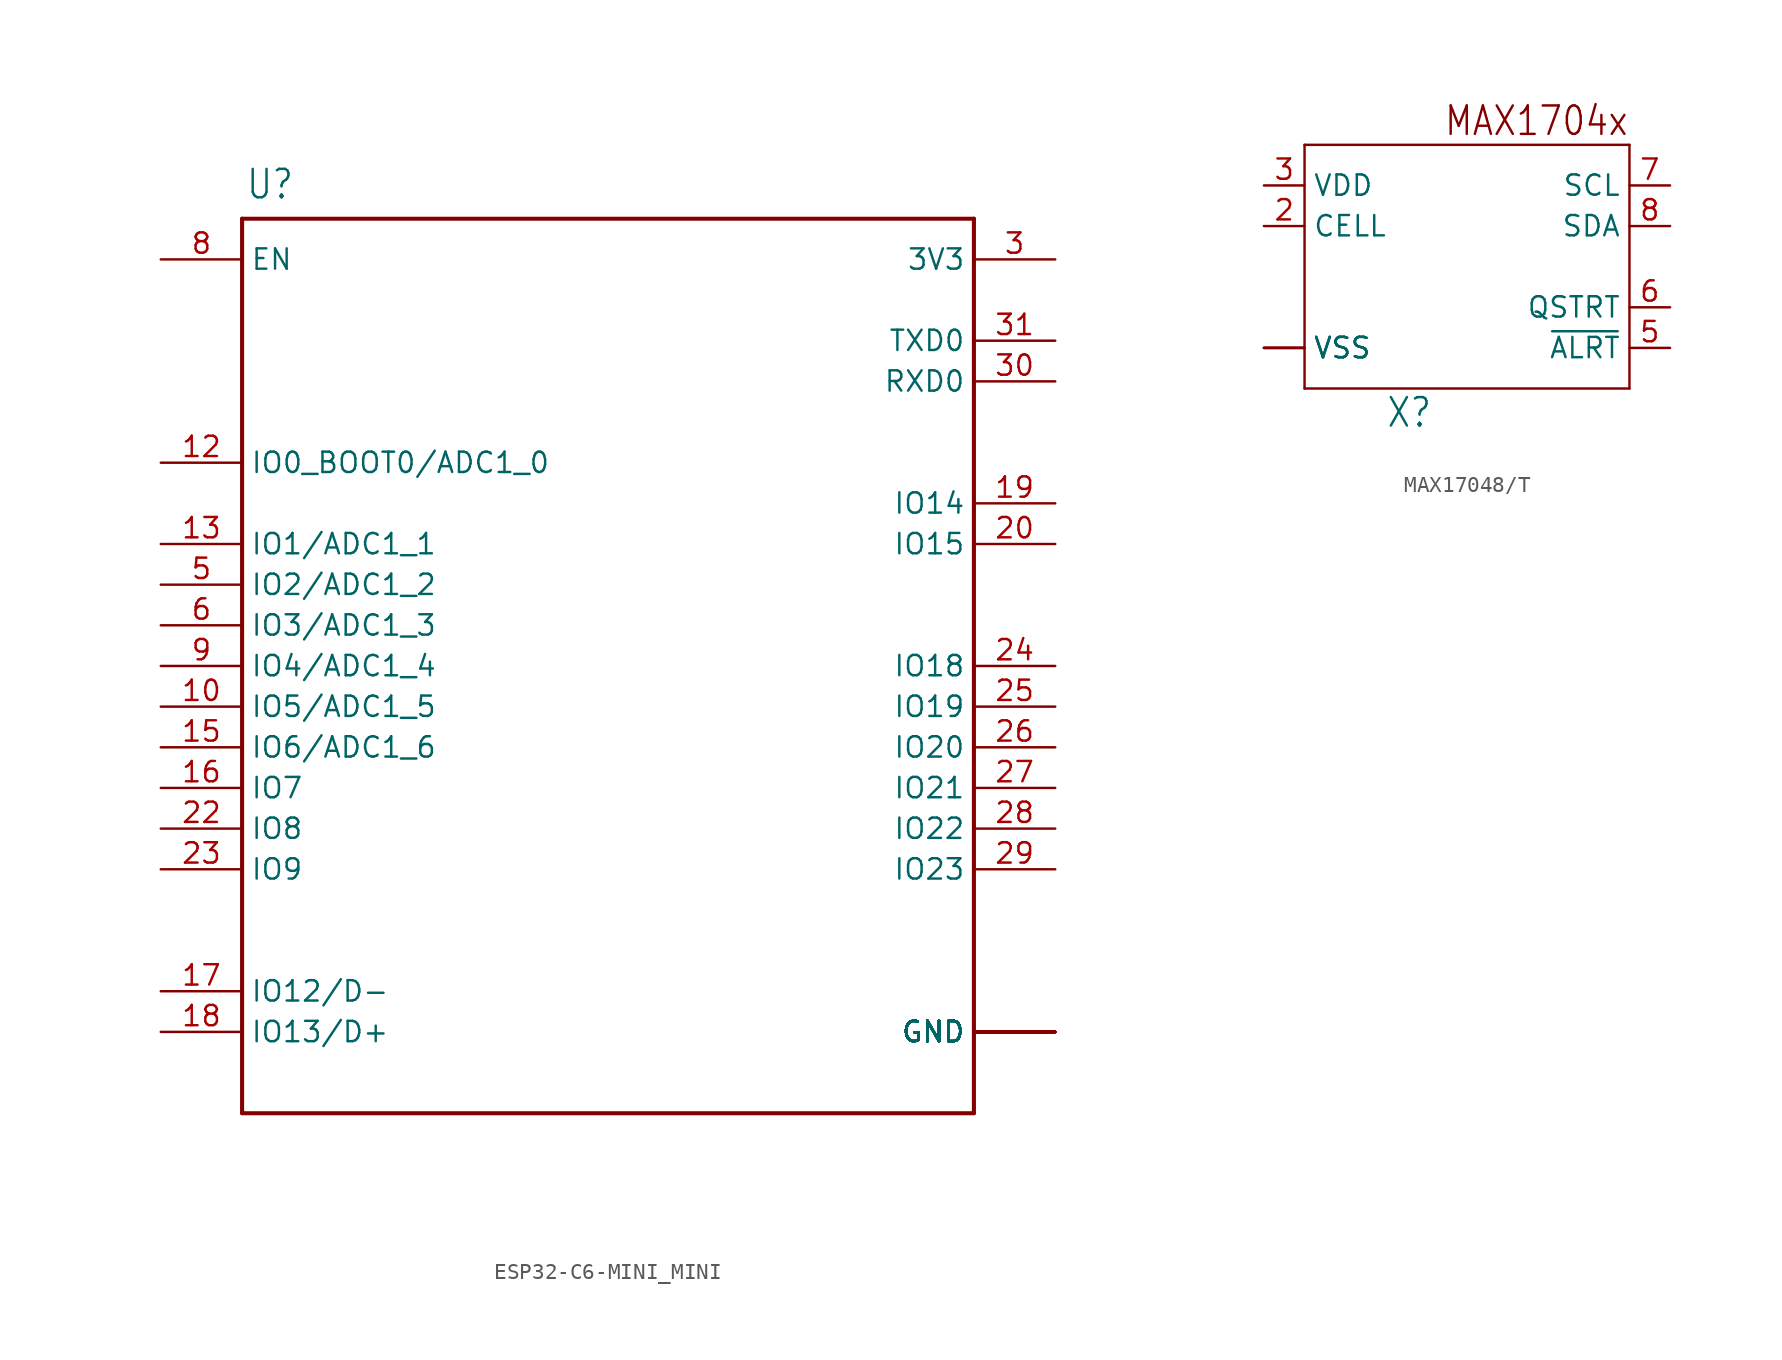
<source format=kicad_sym>
(kicad_symbol_lib
  (version 20231120)
  (generator "kicad_symbol_editor")
  (generator_version "8.0")
  (symbol "ESP32-C6-MINI_MINI"
    (property "Reference" "U"
      (at -22.656 29.055 0)
      (effects (font (size 1.778 1.511)) (justify left bottom)))
    (property "Value" ""
      (at -22.907 -30.588 0)
      (effects (font (size 1.778 1.511)) (justify left bottom)))
    (property "ki_locked" ""
      (at 0 0 0)
      (effects (font (size 1.27 1.27))))
    (symbol "ESP32-C6-MINI_MINI_1_0"
      (polyline (pts (xy -22.86 -27.94) (xy -22.86 27.94)) (stroke (width 0.254) (type solid)) (fill (type none)))
      (polyline (pts (xy -22.86 27.94) (xy 22.86 27.94)) (stroke (width 0.254) (type solid)) (fill (type none)))
      (polyline (pts (xy 22.86 -27.94) (xy -22.86 -27.94)) (stroke (width 0.254) (type solid)) (fill (type none)))
      (polyline (pts (xy 22.86 27.94) (xy 22.86 -27.94)) (stroke (width 0.254) (type solid)) (fill (type none)))
      (pin power_in line (at 27.94 -22.86 180) (length 5.08) (name "GND" (effects (font (size 1.27 1.27)))) (number "1" (effects (font (size 0 0)))))
      (pin bidirectional line (at -27.94 -2.54 0) (length 5.08) (name "IO5/ADC1_5" (effects (font (size 1.27 1.27)))) (number "10" (effects (font (size 1.27 1.27)))))
      (pin power_in line (at 27.94 -22.86 180) (length 5.08) (name "GND" (effects (font (size 1.27 1.27)))) (number "11" (effects (font (size 0 0)))))
      (pin bidirectional line (at -27.94 12.7 0) (length 5.08) (name "IO0_BOOT0/ADC1_0" (effects (font (size 1.27 1.27)))) (number "12" (effects (font (size 1.27 1.27)))))
      (pin bidirectional line (at -27.94 7.62 0) (length 5.08) (name "IO1/ADC1_1" (effects (font (size 1.27 1.27)))) (number "13" (effects (font (size 1.27 1.27)))))
      (pin power_in line (at 27.94 -22.86 180) (length 5.08) (name "GND" (effects (font (size 1.27 1.27)))) (number "14" (effects (font (size 0 0)))))
      (pin bidirectional line (at -27.94 -5.08 0) (length 5.08) (name "IO6/ADC1_6" (effects (font (size 1.27 1.27)))) (number "15" (effects (font (size 1.27 1.27)))))
      (pin bidirectional line (at -27.94 -7.62 0) (length 5.08) (name "IO7" (effects (font (size 1.27 1.27)))) (number "16" (effects (font (size 1.27 1.27)))))
      (pin bidirectional line (at -27.94 -20.32 0) (length 5.08) (name "IO12/D-" (effects (font (size 1.27 1.27)))) (number "17" (effects (font (size 1.27 1.27)))))
      (pin bidirectional line (at -27.94 -22.86 0) (length 5.08) (name "IO13/D+" (effects (font (size 1.27 1.27)))) (number "18" (effects (font (size 1.27 1.27)))))
      (pin bidirectional line (at 27.94 10.16 180) (length 5.08) (name "IO14" (effects (font (size 1.27 1.27)))) (number "19" (effects (font (size 1.27 1.27)))))
      (pin power_in line (at 27.94 -22.86 180) (length 5.08) (name "GND" (effects (font (size 1.27 1.27)))) (number "2" (effects (font (size 0 0)))))
      (pin bidirectional line (at 27.94 7.62 180) (length 5.08) (name "IO15" (effects (font (size 1.27 1.27)))) (number "20" (effects (font (size 1.27 1.27)))))
      (pin bidirectional line (at -27.94 -10.16 0) (length 5.08) (name "IO8" (effects (font (size 1.27 1.27)))) (number "22" (effects (font (size 1.27 1.27)))))
      (pin bidirectional line (at -27.94 -12.7 0) (length 5.08) (name "IO9" (effects (font (size 1.27 1.27)))) (number "23" (effects (font (size 1.27 1.27)))))
      (pin bidirectional line (at 27.94 0 180) (length 5.08) (name "IO18" (effects (font (size 1.27 1.27)))) (number "24" (effects (font (size 1.27 1.27)))))
      (pin bidirectional line (at 27.94 -2.54 180) (length 5.08) (name "IO19" (effects (font (size 1.27 1.27)))) (number "25" (effects (font (size 1.27 1.27)))))
      (pin bidirectional line (at 27.94 -5.08 180) (length 5.08) (name "IO20" (effects (font (size 1.27 1.27)))) (number "26" (effects (font (size 1.27 1.27)))))
      (pin bidirectional line (at 27.94 -7.62 180) (length 5.08) (name "IO21" (effects (font (size 1.27 1.27)))) (number "27" (effects (font (size 1.27 1.27)))))
      (pin bidirectional line (at 27.94 -10.16 180) (length 5.08) (name "IO22" (effects (font (size 1.27 1.27)))) (number "28" (effects (font (size 1.27 1.27)))))
      (pin bidirectional line (at 27.94 -12.7 180) (length 5.08) (name "IO23" (effects (font (size 1.27 1.27)))) (number "29" (effects (font (size 1.27 1.27)))))
      (pin power_in line (at 27.94 25.4 180) (length 5.08) (name "3V3" (effects (font (size 1.27 1.27)))) (number "3" (effects (font (size 1.27 1.27)))))
      (pin bidirectional line (at 27.94 17.78 180) (length 5.08) (name "RXD0" (effects (font (size 1.27 1.27)))) (number "30" (effects (font (size 1.27 1.27)))))
      (pin bidirectional line (at 27.94 20.32 180) (length 5.08) (name "TXD0" (effects (font (size 1.27 1.27)))) (number "31" (effects (font (size 1.27 1.27)))))
      (pin power_in line (at 27.94 -22.86 180) (length 5.08) (name "GND" (effects (font (size 1.27 1.27)))) (number "36" (effects (font (size 0 0)))))
      (pin power_in line (at 27.94 -22.86 180) (length 5.08) (name "GND" (effects (font (size 1.27 1.27)))) (number "37" (effects (font (size 0 0)))))
      (pin power_in line (at 27.94 -22.86 180) (length 5.08) (name "GND" (effects (font (size 1.27 1.27)))) (number "38" (effects (font (size 0 0)))))
      (pin power_in line (at 27.94 -22.86 180) (length 5.08) (name "GND" (effects (font (size 1.27 1.27)))) (number "39" (effects (font (size 0 0)))))
      (pin power_in line (at 27.94 -22.86 180) (length 5.08) (name "GND" (effects (font (size 1.27 1.27)))) (number "40" (effects (font (size 0 0)))))
      (pin power_in line (at 27.94 -22.86 180) (length 5.08) (name "GND" (effects (font (size 1.27 1.27)))) (number "41" (effects (font (size 0 0)))))
      (pin power_in line (at 27.94 -22.86 180) (length 5.08) (name "GND" (effects (font (size 1.27 1.27)))) (number "42" (effects (font (size 0 0)))))
      (pin power_in line (at 27.94 -22.86 180) (length 5.08) (name "GND" (effects (font (size 1.27 1.27)))) (number "43" (effects (font (size 0 0)))))
      (pin power_in line (at 27.94 -22.86 180) (length 5.08) (name "GND" (effects (font (size 1.27 1.27)))) (number "44" (effects (font (size 0 0)))))
      (pin power_in line (at 27.94 -22.86 180) (length 5.08) (name "GND" (effects (font (size 1.27 1.27)))) (number "45" (effects (font (size 0 0)))))
      (pin power_in line (at 27.94 -22.86 180) (length 5.08) (name "GND" (effects (font (size 1.27 1.27)))) (number "46" (effects (font (size 0 0)))))
      (pin power_in line (at 27.94 -22.86 180) (length 5.08) (name "GND" (effects (font (size 1.27 1.27)))) (number "47" (effects (font (size 0 0)))))
      (pin power_in line (at 27.94 -22.86 180) (length 5.08) (name "GND" (effects (font (size 1.27 1.27)))) (number "48" (effects (font (size 0 0)))))
      (pin power_in line (at 27.94 -22.86 180) (length 5.08) (name "GND" (effects (font (size 1.27 1.27)))) (number "49" (effects (font (size 0 0)))))
      (pin bidirectional line (at -27.94 5.08 0) (length 5.08) (name "IO2/ADC1_2" (effects (font (size 1.27 1.27)))) (number "5" (effects (font (size 1.27 1.27)))))
      (pin power_in line (at 27.94 -22.86 180) (length 5.08) (name "GND" (effects (font (size 1.27 1.27)))) (number "50" (effects (font (size 0 0)))))
      (pin power_in line (at 27.94 -22.86 180) (length 5.08) (name "GND" (effects (font (size 1.27 1.27)))) (number "51" (effects (font (size 0 0)))))
      (pin power_in line (at 27.94 -22.86 180) (length 5.08) (name "GND" (effects (font (size 1.27 1.27)))) (number "52" (effects (font (size 0 0)))))
      (pin power_in line (at 27.94 -22.86 180) (length 5.08) (name "GND" (effects (font (size 1.27 1.27)))) (number "53" (effects (font (size 0 0)))))
      (pin power_in line (at 27.94 -22.86 180) (length 5.08) (name "GND" (effects (font (size 1.27 1.27)))) (number "54" (effects (font (size 0 0)))))
      (pin power_in line (at 27.94 -22.86 180) (length 5.08) (name "GND" (effects (font (size 1.27 1.27)))) (number "55" (effects (font (size 0 0)))))
      (pin power_in line (at 27.94 -22.86 180) (length 5.08) (name "GND" (effects (font (size 1.27 1.27)))) (number "56" (effects (font (size 0 0)))))
      (pin power_in line (at 27.94 -22.86 180) (length 5.08) (name "GND" (effects (font (size 1.27 1.27)))) (number "57" (effects (font (size 0 0)))))
      (pin power_in line (at 27.94 -22.86 180) (length 5.08) (name "GND" (effects (font (size 1.27 1.27)))) (number "58" (effects (font (size 0 0)))))
      (pin power_in line (at 27.94 -22.86 180) (length 5.08) (name "GND" (effects (font (size 1.27 1.27)))) (number "59" (effects (font (size 0 0)))))
      (pin bidirectional line (at -27.94 2.54 0) (length 5.08) (name "IO3/ADC1_3" (effects (font (size 1.27 1.27)))) (number "6" (effects (font (size 1.27 1.27)))))
      (pin power_in line (at 27.94 -22.86 180) (length 5.08) (name "GND" (effects (font (size 1.27 1.27)))) (number "60" (effects (font (size 0 0)))))
      (pin power_in line (at 27.94 -22.86 180) (length 5.08) (name "GND" (effects (font (size 1.27 1.27)))) (number "61" (effects (font (size 0 0)))))
      (pin input line (at -27.94 25.4 0) (length 5.08) (name "EN" (effects (font (size 1.27 1.27)))) (number "8" (effects (font (size 1.27 1.27)))))
      (pin bidirectional line (at -27.94 0 0) (length 5.08) (name "IO4/ADC1_4" (effects (font (size 1.27 1.27)))) (number "9" (effects (font (size 1.27 1.27)))))))
  (symbol "MAX17048/T"
    (property "Reference" "X"
      (at -5.08 -10.16 0)
      (effects (font (size 1.778 1.511)) (justify left bottom)))
    (property "ki_locked" ""
      (at 0 0 0)
      (effects (font (size 1.27 1.27))))
    (symbol "MAX17048/T_1_0"
      (polyline (pts (xy -10.16 -7.62) (xy -10.16 7.62)) (stroke (width 0.152) (type solid)) (fill (type none)))
      (polyline (pts (xy -10.16 7.62) (xy 10.16 7.62)) (stroke (width 0.152) (type solid)) (fill (type none)))
      (polyline (pts (xy 10.16 -7.62) (xy -10.16 -7.62)) (stroke (width 0.152) (type solid)) (fill (type none)))
      (polyline (pts (xy 10.16 7.62) (xy 10.16 -7.62)) (stroke (width 0.152) (type solid)) (fill (type none)))
      (text "MAX1704x" (at 10.16 10.16 0) (effects (font (size 1.778 1.511)) (justify right top)))
      (pin power_in line (at -12.7 -5.08 0) (length 2.54) (name "VSS" (effects (font (size 1.27 1.27)))) (number "1" (effects (font (size 0 0)))))
      (pin power_in line (at -12.7 2.54 0) (length 2.54) (name "CELL" (effects (font (size 1.27 1.27)))) (number "2" (effects (font (size 1.27 1.27)))))
      (pin power_in line (at -12.7 5.08 0) (length 2.54) (name "VDD" (effects (font (size 1.27 1.27)))) (number "3" (effects (font (size 1.27 1.27)))))
      (pin power_in line (at -12.7 -5.08 0) (length 2.54) (name "VSS" (effects (font (size 1.27 1.27)))) (number "4" (effects (font (size 0 0)))))
      (pin output line (at 12.7 -5.08 180) (length 2.54) (name "~{ALRT}" (effects (font (size 1.27 1.27)))) (number "5" (effects (font (size 1.27 1.27)))))
      (pin input line (at 12.7 -2.54 180) (length 2.54) (name "QSTRT" (effects (font (size 1.27 1.27)))) (number "6" (effects (font (size 1.27 1.27)))))
      (pin bidirectional line (at 12.7 5.08 180) (length 2.54) (name "SCL" (effects (font (size 1.27 1.27)))) (number "7" (effects (font (size 1.27 1.27)))))
      (pin bidirectional line (at 12.7 2.54 180) (length 2.54) (name "SDA" (effects (font (size 1.27 1.27)))) (number "8" (effects (font (size 1.27 1.27)))))
      (pin power_in line (at -12.7 -5.08 0) (length 2.54) (name "VSS" (effects (font (size 1.27 1.27)))) (number "THERMAL" (effects (font (size 0 0))))))))
</source>
